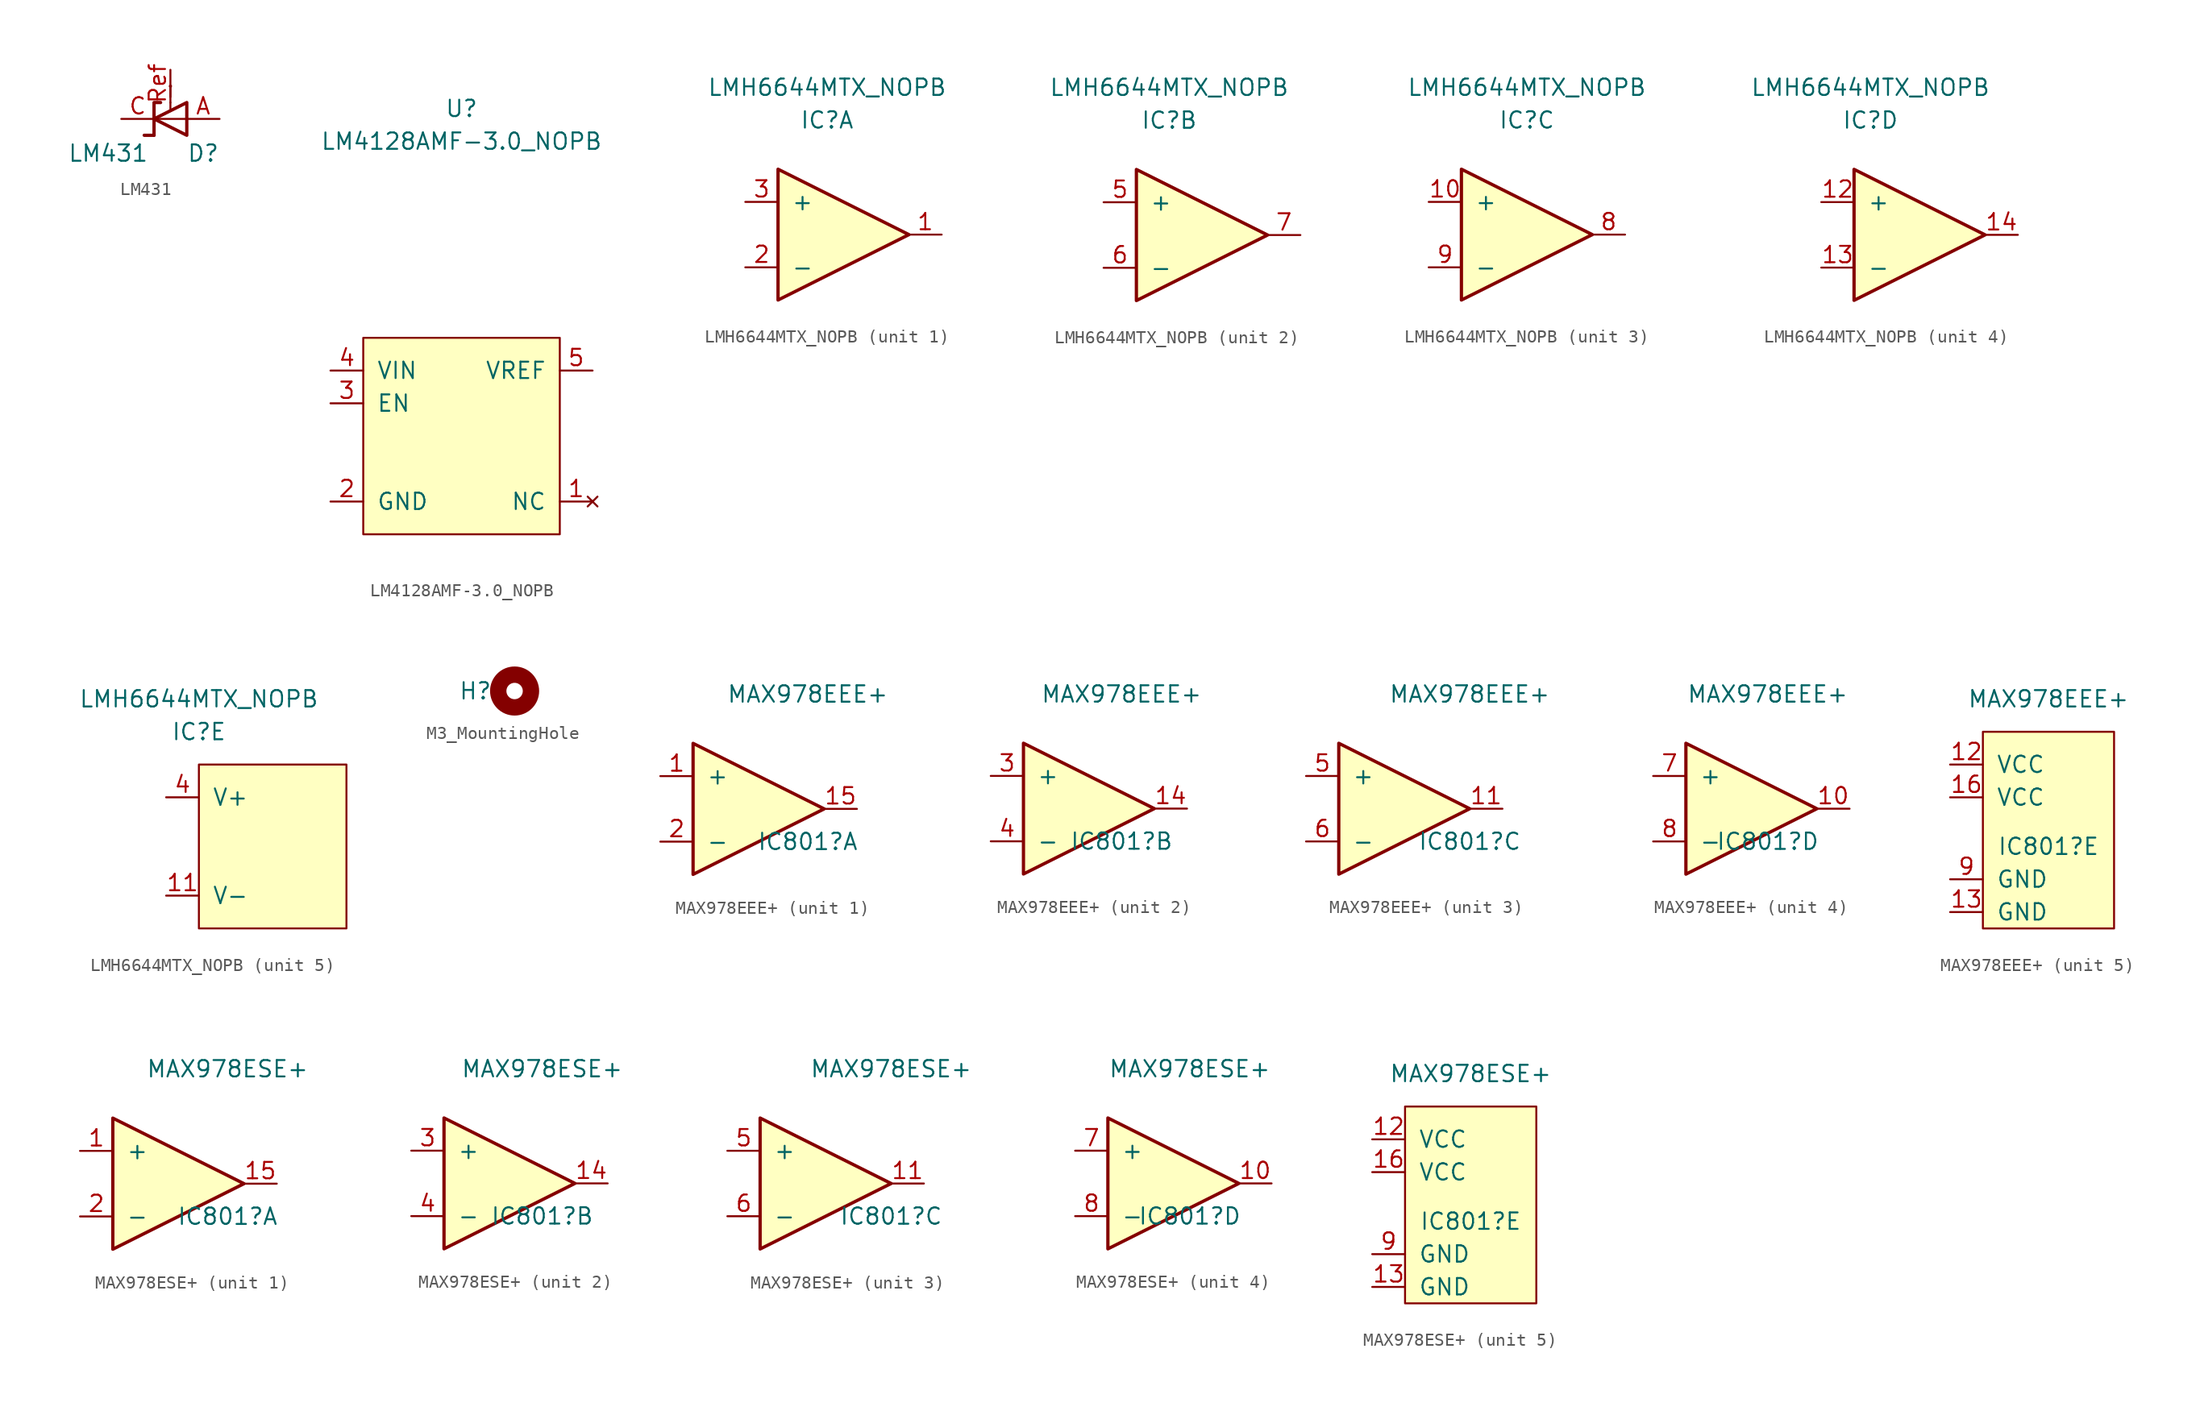
<source format=kicad_sym>
(kicad_symbol_lib
  (version 20211014)
  (generator kicad_symbol_editor)
  (symbol "LM431"
    (pin_names hide)
    (property "Reference" "D"
      (at 2.54 -2.667 0)
      (effects (font (size 1.27 1.27))))
    (property "Value" "LM431"
      (at -4.826 -2.667 0)
      (effects (font (size 1.27 1.27))))
    (property "manf#" ""
      (at 0 0 0)
      (effects (font (size 1.27 1.27))))
    (property "mouser#" ""
      (at 0 0 0)
      (effects (font (size 1.27 1.27))))
    (symbol "LM431_0_1"
      (polyline (pts (xy -2.032 -1.27) (xy -2.032 -1.27)) (stroke (width 0) (type default) (color 0 0 0 0)) (fill (type none)))
      (polyline (pts (xy -1.27 -1.27) (xy -2.032 -1.27)) (stroke (width 0.254) (type default) (color 0 0 0 0)) (fill (type none)))
      (polyline (pts (xy 0 1.27) (xy 0 0.635)) (stroke (width 0) (type default) (color 0 0 0 0)) (fill (type none)))
      (polyline (pts (xy 0 1.27) (xy 0 2.54)) (stroke (width 0) (type default) (color 0 0 0 0)) (fill (type none)))
      (polyline (pts (xy 0 2.54) (xy 0 2.54)) (stroke (width 0.254) (type default) (color 0 0 0 0)) (fill (type none))))
    (symbol "LM431_1_1"
      (polyline (pts (xy 1.27 0) (xy -1.27 0)) (stroke (width 0) (type default) (color 0 0 0 0)) (fill (type none)))
      (polyline (pts (xy -1.27 -1.27) (xy -1.27 1.27) (xy -0.762 1.27)) (stroke (width 0.254) (type default) (color 0 0 0 0)) (fill (type none)))
      (polyline (pts (xy 1.27 -1.27) (xy 1.27 1.27) (xy -1.27 0) (xy 1.27 -1.27)) (stroke (width 0.254) (type default) (color 0 0 0 0)) (fill (type none)))
      (pin passive line (at 3.81 0 180) (length 2.54) (name "A" (effects (font (size 1.27 1.27)))) (number "A" (effects (font (size 1.27 1.27)))))
      (pin passive line (at -3.81 0 0) (length 2.54) (name "C" (effects (font (size 1.27 1.27)))) (number "C" (effects (font (size 1.27 1.27)))))
      (pin passive line (at 0 3.81 270) (length 2.108) (name "Ref" (effects (font (size 1.27 1.27)))) (number "Ref" (effects (font (size 1.27 1.27)))))))
  (symbol "LM4128AMF-3.0_NOPB"
    (pin_names
      (offset 1.016))
    (property "Reference" "U"
      (at 0 25.4 0)
      (effects (font (size 1.27 1.27))))
    (property "Value" "LM4128AMF-3.0_NOPB"
      (at 0 22.86 0)
      (effects (font (size 1.27 1.27))))
    (symbol "LM4128AMF-3.0_NOPB_0_1"
      (rectangle (start -7.62 7.62) (end 7.62 -7.62) (stroke (width 0) (type default) (color 0 0 0 0)) (fill (type background))))
    (symbol "LM4128AMF-3.0_NOPB_1_1"
      (pin no_connect line (at 10.16 -5.08 180) (length 2.54) (name "NC" (effects (font (size 1.27 1.27)))) (number "1" (effects (font (size 1.27 1.27)))))
      (pin power_in line (at -10.16 -5.08 0) (length 2.54) (name "GND" (effects (font (size 1.27 1.27)))) (number "2" (effects (font (size 1.27 1.27)))))
      (pin passive line (at -10.16 2.54 0) (length 2.54) (name "EN" (effects (font (size 1.27 1.27)))) (number "3" (effects (font (size 1.27 1.27)))))
      (pin power_in line (at -10.16 5.08 0) (length 2.54) (name "VIN" (effects (font (size 1.27 1.27)))) (number "4" (effects (font (size 1.27 1.27)))))
      (pin output line (at 10.16 5.08 180) (length 2.54) (name "VREF" (effects (font (size 1.27 1.27)))) (number "5" (effects (font (size 1.27 1.27)))))))
  (symbol "LMH6644MTX_NOPB"
    (pin_names
      (offset 1.016))
    (property "Reference" "IC"
      (at 0 8.89 0)
      (effects (font (size 1.27 1.27))))
    (property "Value" "LMH6644MTX_NOPB"
      (at 0 11.43 0)
      (effects (font (size 1.27 1.27))))
    (property "ki_locked" ""
      (at 0 0 0)
      (effects (font (size 1.27 1.27))))
    (symbol "LMH6644MTX_NOPB_1_1"
      (polyline (pts (xy -3.81 5.08) (xy 6.35 0) (xy -3.81 -5.08) (xy -3.81 5.08)) (stroke (width 0.254) (type default) (color 0 0 0 0)) (fill (type background)))
      (pin output line (at 8.89 0 180) (length 2.54) (name "~" (effects (font (size 1.27 1.27)))) (number "1" (effects (font (size 1.27 1.27)))))
      (pin input line (at -6.35 -2.54 0) (length 2.54) (name "-" (effects (font (size 1.27 1.27)))) (number "2" (effects (font (size 1.27 1.27)))))
      (pin input line (at -6.35 2.54 0) (length 2.54) (name "+" (effects (font (size 1.27 1.27)))) (number "3" (effects (font (size 1.27 1.27))))))
    (symbol "LMH6644MTX_NOPB_2_1"
      (polyline (pts (xy -2.54 5.08) (xy 7.62 0) (xy -2.54 -5.08) (xy -2.54 5.08)) (stroke (width 0.254) (type default) (color 0 0 0 0)) (fill (type background)))
      (pin input line (at -5.08 2.54 0) (length 2.54) (name "+" (effects (font (size 1.27 1.27)))) (number "5" (effects (font (size 1.27 1.27)))))
      (pin input line (at -5.08 -2.54 0) (length 2.54) (name "-" (effects (font (size 1.27 1.27)))) (number "6" (effects (font (size 1.27 1.27)))))
      (pin output line (at 10.16 0 180) (length 2.54) (name "~" (effects (font (size 1.27 1.27)))) (number "7" (effects (font (size 1.27 1.27))))))
    (symbol "LMH6644MTX_NOPB_3_1"
      (polyline (pts (xy -5.08 5.08) (xy 5.08 0) (xy -5.08 -5.08) (xy -5.08 5.08)) (stroke (width 0.254) (type default) (color 0 0 0 0)) (fill (type background)))
      (pin input line (at -7.62 2.54 0) (length 2.54) (name "+" (effects (font (size 1.27 1.27)))) (number "10" (effects (font (size 1.27 1.27)))))
      (pin output line (at 7.62 0 180) (length 2.54) (name "~" (effects (font (size 1.27 1.27)))) (number "8" (effects (font (size 1.27 1.27)))))
      (pin input line (at -7.62 -2.54 0) (length 2.54) (name "-" (effects (font (size 1.27 1.27)))) (number "9" (effects (font (size 1.27 1.27))))))
    (symbol "LMH6644MTX_NOPB_4_1"
      (polyline (pts (xy -1.27 5.08) (xy 8.89 0) (xy -1.27 -5.08) (xy -1.27 5.08)) (stroke (width 0.254) (type default) (color 0 0 0 0)) (fill (type background)))
      (pin input line (at -3.81 2.54 0) (length 2.54) (name "+" (effects (font (size 1.27 1.27)))) (number "12" (effects (font (size 1.27 1.27)))))
      (pin input line (at -3.81 -2.54 0) (length 2.54) (name "-" (effects (font (size 1.27 1.27)))) (number "13" (effects (font (size 1.27 1.27)))))
      (pin output line (at 11.43 0 180) (length 2.54) (name "~" (effects (font (size 1.27 1.27)))) (number "14" (effects (font (size 1.27 1.27))))))
    (symbol "LMH6644MTX_NOPB_5_1"
      (rectangle (start 0 6.35) (end 11.43 -6.35) (stroke (width 0) (type default) (color 0 0 0 0)) (fill (type background)))
      (pin input line (at -2.54 -3.81 0) (length 2.54) (name "V-" (effects (font (size 1.27 1.27)))) (number "11" (effects (font (size 1.27 1.27)))))
      (pin input line (at -2.54 3.81 0) (length 2.54) (name "V+" (effects (font (size 1.27 1.27)))) (number "4" (effects (font (size 1.27 1.27)))))))
  (symbol "M3_MountingHole"
    (pin_names
      (offset 1.016))
    (property "Reference" "H"
      (at -3.048 0 0)
      (effects (font (size 1.27 1.27))))
    (symbol "M3_MountingHole_1_1"
      (circle (center 0 0) (radius 1.27) (stroke (width 1.27) (type default) (color 0 0 0 0)) (fill (type none)))))
  (symbol "MAX978EEE+"
    (pin_names
      (offset 1.016))
    (property "Reference" "IC801"
      (at 5.08 -2.54 0)
      (effects (font (size 1.27 1.27))))
    (property "Value" "MAX978EEE+"
      (at 5.08 8.89 0)
      (effects (font (size 1.27 1.27))))
    (property "ki_locked" ""
      (at 0 0 0)
      (effects (font (size 1.27 1.27))))
    (symbol "MAX978EEE+_1_1"
      (polyline (pts (xy -3.81 5.08) (xy 6.35 0) (xy -3.81 -5.08) (xy -3.81 5.08)) (stroke (width 0.254) (type default) (color 0 0 0 0)) (fill (type background)))
      (pin input line (at -6.35 2.54 0) (length 2.54) (name "+" (effects (font (size 1.27 1.27)))) (number "1" (effects (font (size 1.27 1.27)))))
      (pin output line (at 8.89 0 180) (length 2.54) (name "" (effects (font (size 1.27 1.27)))) (number "15" (effects (font (size 1.27 1.27)))))
      (pin input line (at -6.35 -2.54 0) (length 2.54) (name "-" (effects (font (size 1.27 1.27)))) (number "2" (effects (font (size 1.27 1.27))))))
    (symbol "MAX978EEE+_2_1"
      (polyline (pts (xy -2.54 5.08) (xy 7.62 0) (xy -2.54 -5.08) (xy -2.54 5.08)) (stroke (width 0.254) (type default) (color 0 0 0 0)) (fill (type background)))
      (pin output line (at 10.16 0 180) (length 2.54) (name "~" (effects (font (size 1.27 1.27)))) (number "14" (effects (font (size 1.27 1.27)))))
      (pin input line (at -5.08 2.54 0) (length 2.54) (name "+" (effects (font (size 1.27 1.27)))) (number "3" (effects (font (size 1.27 1.27)))))
      (pin input line (at -5.08 -2.54 0) (length 2.54) (name "-" (effects (font (size 1.27 1.27)))) (number "4" (effects (font (size 1.27 1.27))))))
    (symbol "MAX978EEE+_3_1"
      (polyline (pts (xy -5.08 5.08) (xy 5.08 0) (xy -5.08 -5.08) (xy -5.08 5.08)) (stroke (width 0.254) (type default) (color 0 0 0 0)) (fill (type background)))
      (pin output line (at 7.62 0 180) (length 2.54) (name "~" (effects (font (size 1.27 1.27)))) (number "11" (effects (font (size 1.27 1.27)))))
      (pin input line (at -7.62 2.54 0) (length 2.54) (name "+" (effects (font (size 1.27 1.27)))) (number "5" (effects (font (size 1.27 1.27)))))
      (pin input line (at -7.62 -2.54 0) (length 2.54) (name "-" (effects (font (size 1.27 1.27)))) (number "6" (effects (font (size 1.27 1.27))))))
    (symbol "MAX978EEE+_4_1"
      (polyline (pts (xy -1.27 5.08) (xy 8.89 0) (xy -1.27 -5.08) (xy -1.27 5.08)) (stroke (width 0.254) (type default) (color 0 0 0 0)) (fill (type background)))
      (pin output line (at 11.43 0 180) (length 2.54) (name "~" (effects (font (size 1.27 1.27)))) (number "10" (effects (font (size 1.27 1.27)))))
      (pin input line (at -3.81 2.54 0) (length 2.54) (name "+" (effects (font (size 1.27 1.27)))) (number "7" (effects (font (size 1.27 1.27)))))
      (pin input line (at -3.81 -2.54 0) (length 2.54) (name "-" (effects (font (size 1.27 1.27)))) (number "8" (effects (font (size 1.27 1.27))))))
    (symbol "MAX978EEE+_5_1"
      (rectangle (start 0 6.35) (end 10.16 -8.89) (stroke (width 0) (type default) (color 0 0 0 0)) (fill (type background)))
      (pin input line (at -2.54 3.81 0) (length 2.54) (name "VCC" (effects (font (size 1.27 1.27)))) (number "12" (effects (font (size 1.27 1.27)))))
      (pin input line (at -2.54 -7.62 0) (length 2.54) (name "GND" (effects (font (size 1.27 1.27)))) (number "13" (effects (font (size 1.27 1.27)))))
      (pin input line (at -2.54 1.27 0) (length 2.54) (name "VCC" (effects (font (size 1.27 1.27)))) (number "16" (effects (font (size 1.27 1.27)))))
      (pin input line (at -2.54 -5.08 0) (length 2.54) (name "GND" (effects (font (size 1.27 1.27)))) (number "9" (effects (font (size 1.27 1.27)))))))
  (symbol "MAX978ESE+"
    (pin_names
      (offset 1.016))
    (property "Reference" "IC801"
      (at 5.08 -2.54 0)
      (effects (font (size 1.27 1.27))))
    (property "Value" "MAX978ESE+"
      (at 5.08 8.89 0)
      (effects (font (size 1.27 1.27))))
    (property "ki_locked" ""
      (at 0 0 0)
      (effects (font (size 1.27 1.27))))
    (symbol "MAX978ESE+_1_1"
      (polyline (pts (xy -3.81 5.08) (xy 6.35 0) (xy -3.81 -5.08) (xy -3.81 5.08)) (stroke (width 0.254) (type default) (color 0 0 0 0)) (fill (type background)))
      (pin input line (at -6.35 2.54 0) (length 2.54) (name "+" (effects (font (size 1.27 1.27)))) (number "1" (effects (font (size 1.27 1.27)))))
      (pin output line (at 8.89 0 180) (length 2.54) (name "" (effects (font (size 1.27 1.27)))) (number "15" (effects (font (size 1.27 1.27)))))
      (pin input line (at -6.35 -2.54 0) (length 2.54) (name "-" (effects (font (size 1.27 1.27)))) (number "2" (effects (font (size 1.27 1.27))))))
    (symbol "MAX978ESE+_2_1"
      (polyline (pts (xy -2.54 5.08) (xy 7.62 0) (xy -2.54 -5.08) (xy -2.54 5.08)) (stroke (width 0.254) (type default) (color 0 0 0 0)) (fill (type background)))
      (pin output line (at 10.16 0 180) (length 2.54) (name "~" (effects (font (size 1.27 1.27)))) (number "14" (effects (font (size 1.27 1.27)))))
      (pin input line (at -5.08 2.54 0) (length 2.54) (name "+" (effects (font (size 1.27 1.27)))) (number "3" (effects (font (size 1.27 1.27)))))
      (pin input line (at -5.08 -2.54 0) (length 2.54) (name "-" (effects (font (size 1.27 1.27)))) (number "4" (effects (font (size 1.27 1.27))))))
    (symbol "MAX978ESE+_3_1"
      (polyline (pts (xy -5.08 5.08) (xy 5.08 0) (xy -5.08 -5.08) (xy -5.08 5.08)) (stroke (width 0.254) (type default) (color 0 0 0 0)) (fill (type background)))
      (pin output line (at 7.62 0 180) (length 2.54) (name "~" (effects (font (size 1.27 1.27)))) (number "11" (effects (font (size 1.27 1.27)))))
      (pin input line (at -7.62 2.54 0) (length 2.54) (name "+" (effects (font (size 1.27 1.27)))) (number "5" (effects (font (size 1.27 1.27)))))
      (pin input line (at -7.62 -2.54 0) (length 2.54) (name "-" (effects (font (size 1.27 1.27)))) (number "6" (effects (font (size 1.27 1.27))))))
    (symbol "MAX978ESE+_4_1"
      (polyline (pts (xy -1.27 5.08) (xy 8.89 0) (xy -1.27 -5.08) (xy -1.27 5.08)) (stroke (width 0.254) (type default) (color 0 0 0 0)) (fill (type background)))
      (pin output line (at 11.43 0 180) (length 2.54) (name "~" (effects (font (size 1.27 1.27)))) (number "10" (effects (font (size 1.27 1.27)))))
      (pin input line (at -3.81 2.54 0) (length 2.54) (name "+" (effects (font (size 1.27 1.27)))) (number "7" (effects (font (size 1.27 1.27)))))
      (pin input line (at -3.81 -2.54 0) (length 2.54) (name "-" (effects (font (size 1.27 1.27)))) (number "8" (effects (font (size 1.27 1.27))))))
    (symbol "MAX978ESE+_5_1"
      (rectangle (start 0 6.35) (end 10.16 -8.89) (stroke (width 0) (type default) (color 0 0 0 0)) (fill (type background)))
      (pin input line (at -2.54 3.81 0) (length 2.54) (name "VCC" (effects (font (size 1.27 1.27)))) (number "12" (effects (font (size 1.27 1.27)))))
      (pin input line (at -2.54 -7.62 0) (length 2.54) (name "GND" (effects (font (size 1.27 1.27)))) (number "13" (effects (font (size 1.27 1.27)))))
      (pin input line (at -2.54 1.27 0) (length 2.54) (name "VCC" (effects (font (size 1.27 1.27)))) (number "16" (effects (font (size 1.27 1.27)))))
      (pin input line (at -2.54 -5.08 0) (length 2.54) (name "GND" (effects (font (size 1.27 1.27)))) (number "9" (effects (font (size 1.27 1.27))))))))
</source>
